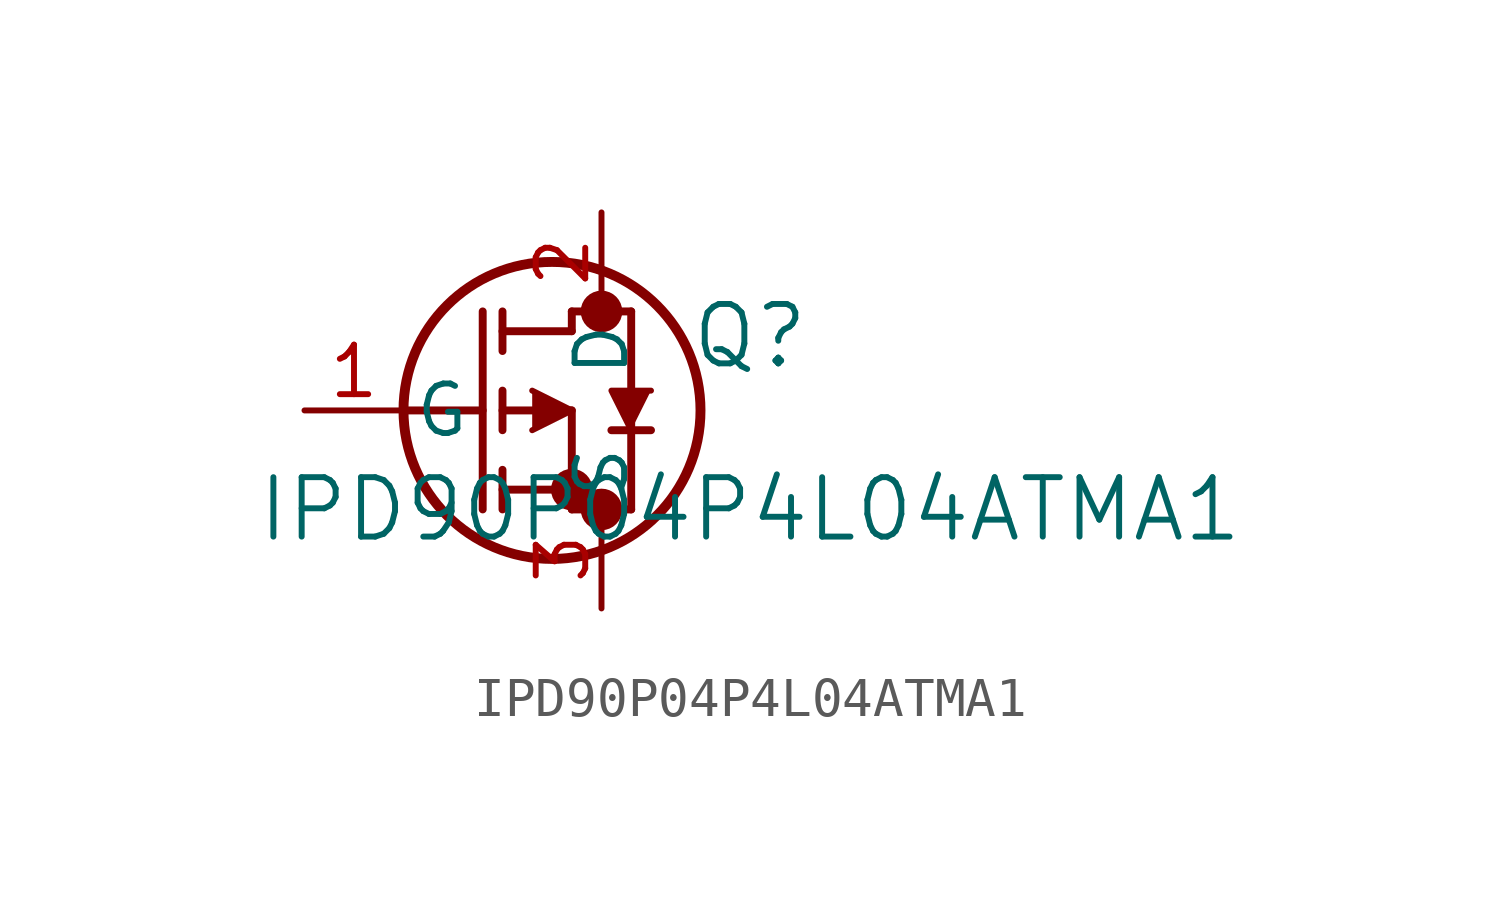
<source format=kicad_sym>
(kicad_symbol_lib
  (version 20211014)
  (generator kicad_symbol_editor)
  (symbol "IPD90P04P4L04ATMA1"
    (pin_names
      (offset 0.254))
    (property "Reference" "Q"
      (at 11.43 1.905 0)
      (effects (font (size 1.524 1.524))))
    (property "Value" "IPD90P04P4L04ATMA1"
      (at 11.43 -2.54 0)
      (effects (font (size 1.524 1.524))))
    (symbol "IPD90P04P4L04ATMA1_0_1"
      (circle (center 7.62 2.54) (radius 0.025) (stroke (width 0.508) (type default) (color 0 0 0 0)) (fill (type none)))
      (circle (center 7.62 -2.54) (radius 0.025) (stroke (width 0.508) (type default) (color 0 0 0 0)) (fill (type none)))
      (circle (center 6.858 -2.032) (radius 0.025) (stroke (width 0.508) (type default) (color 0 0 0 0)) (fill (type none)))
      (circle (center 6.35 0) (radius 3.81) (stroke (width 0.254) (type default) (color 0 0 0 0)) (fill (type none)))
      (polyline (pts (xy 2.54 0) (xy 4.572 0)) (stroke (width 0.203) (type default) (color 0 0 0 0)) (fill (type none)))
      (polyline (pts (xy 4.572 -2.54) (xy 4.572 2.54)) (stroke (width 0.203) (type default) (color 0 0 0 0)) (fill (type none)))
      (polyline (pts (xy 5.08 -0.508) (xy 5.08 0.508)) (stroke (width 0.203) (type default) (color 0 0 0 0)) (fill (type none)))
      (polyline (pts (xy 5.08 -2.54) (xy 5.08 -1.524)) (stroke (width 0.203) (type default) (color 0 0 0 0)) (fill (type none)))
      (polyline (pts (xy 5.08 1.524) (xy 5.08 2.54)) (stroke (width 0.203) (type default) (color 0 0 0 0)) (fill (type none)))
      (polyline (pts (xy 5.08 0) (xy 6.858 0)) (stroke (width 0.203) (type default) (color 0 0 0 0)) (fill (type none)))
      (polyline (pts (xy 5.08 -2.032) (xy 6.858 -2.032)) (stroke (width 0.203) (type default) (color 0 0 0 0)) (fill (type none)))
      (polyline (pts (xy 6.858 -2.54) (xy 6.858 0)) (stroke (width 0.203) (type default) (color 0 0 0 0)) (fill (type none)))
      (polyline (pts (xy 6.858 -2.54) (xy 8.382 -2.54)) (stroke (width 0.203) (type default) (color 0 0 0 0)) (fill (type none)))
      (polyline (pts (xy 5.08 2.032) (xy 6.858 2.032)) (stroke (width 0.203) (type default) (color 0 0 0 0)) (fill (type none)))
      (polyline (pts (xy 8.382 -2.54) (xy 8.382 2.54)) (stroke (width 0.203) (type default) (color 0 0 0 0)) (fill (type none)))
      (polyline (pts (xy 5.842 0.508) (xy 6.858 0) (xy 5.842 -0.508)) (stroke (width 0) (type default) (color 0 0 0 0)) (fill (type outline)))
      (polyline (pts (xy 8.89 -0.508) (xy 7.874 -0.508)) (stroke (width 0.203) (type default) (color 0 0 0 0)) (fill (type none)))
      (polyline (pts (xy 8.89 0.508) (xy 7.874 0.508) (xy 8.382 -0.508)) (stroke (width 0) (type default) (color 0 0 0 0)) (fill (type outline)))
      (polyline (pts (xy 6.858 2.54) (xy 8.382 2.54)) (stroke (width 0.203) (type default) (color 0 0 0 0)) (fill (type none)))
      (polyline (pts (xy 6.858 2.032) (xy 6.858 2.54)) (stroke (width 0.203) (type default) (color 0 0 0 0)) (fill (type none)))
      (pin unspecified line (at 0 0 0) (length 2.54) (name "G" (effects (font (size 1.27 1.27)))) (number "1" (effects (font (size 1.27 1.27)))))
      (pin unspecified line (at 7.62 5.08 270) (length 2.54) (name "D" (effects (font (size 1.27 1.27)))) (number "2" (effects (font (size 1.27 1.27)))))
      (pin unspecified line (at 7.62 -5.08 90) (length 2.54) (name "S" (effects (font (size 1.27 1.27)))) (number "3" (effects (font (size 1.27 1.27))))))))
</source>
